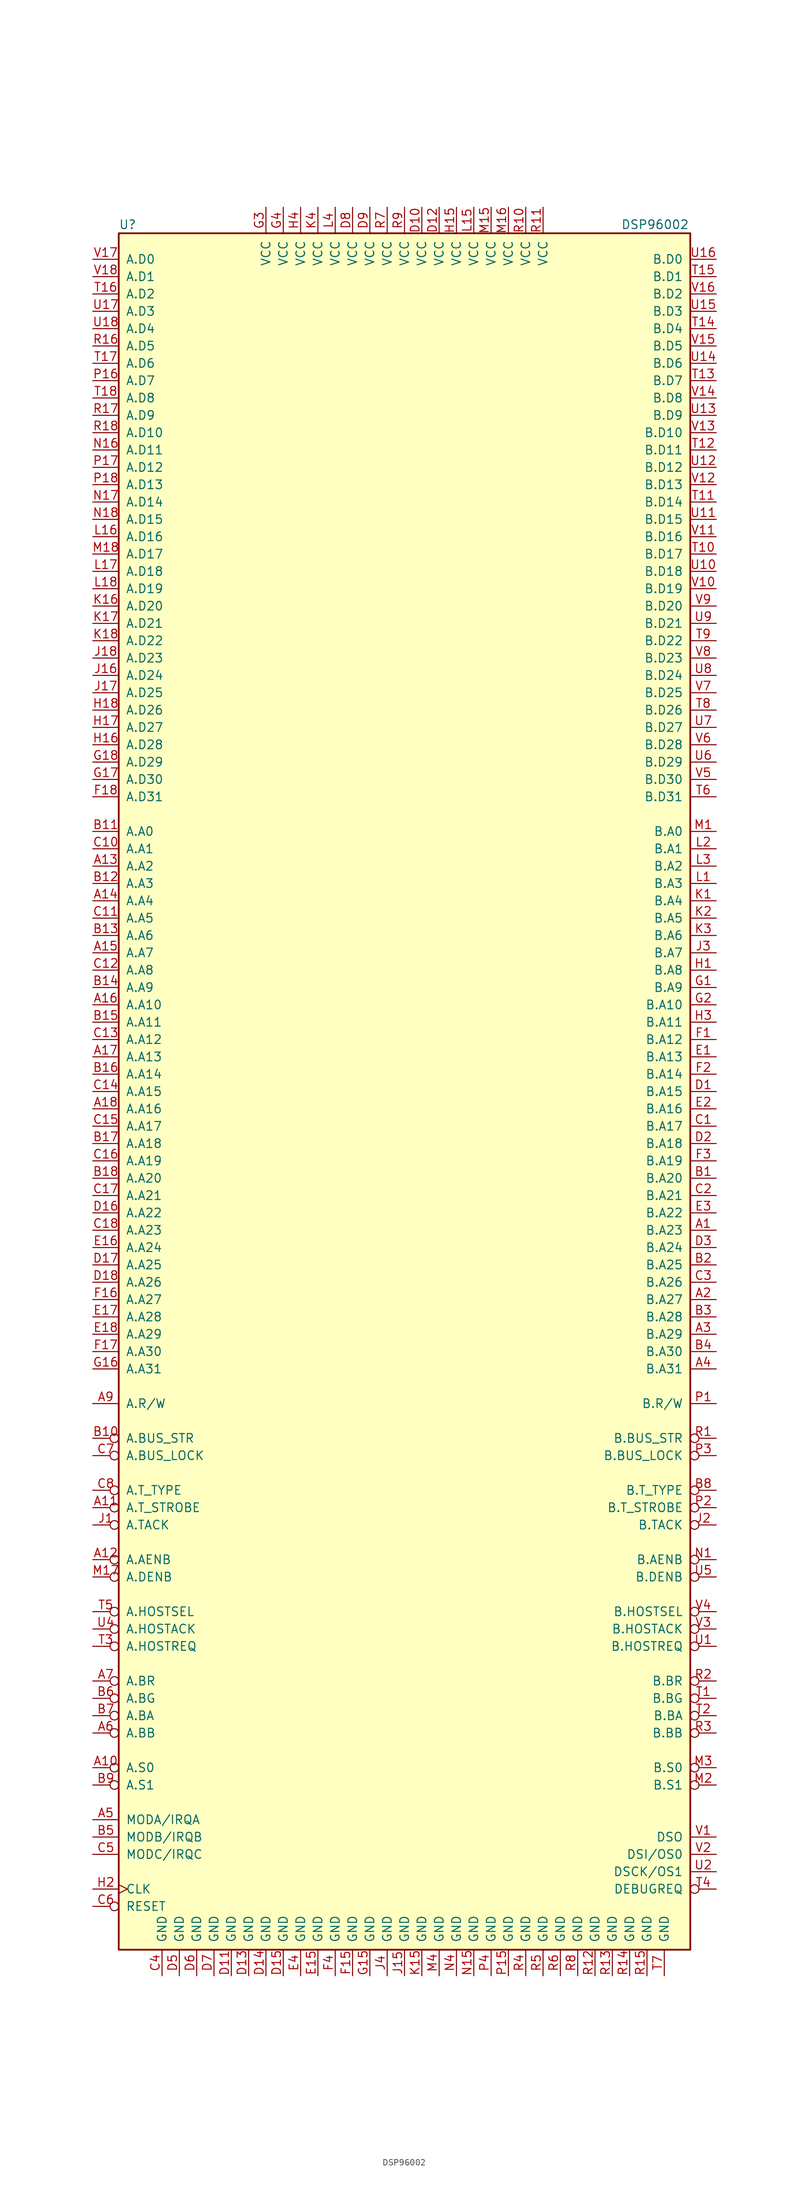
<source format=kicad_sym>
(kicad_symbol_lib
  (version 20201005)
  (generator kicad_symbol_editor)
  (symbol "DSP96002"
    (pin_names
      (offset 1.016))
    (property "Reference" "U"
      (at -41.91 127 0)
      (effects (font (size 1.27 1.27)) (justify left)))
    (property "Value" "DSP96002"
      (at 31.75 127 0)
      (effects (font (size 1.27 1.27)) (justify left)))
    (symbol "DSP96002_0_1"
      (rectangle (start -41.91 -125.73) (end 41.91 125.73) (stroke (width 0.254)) (fill (type background))))
    (symbol "DSP96002_1_1"
      (pin tri_state line (at 45.72 -20.32 180) (length 3.81) (name "B.A23" (effects (font (size 1.27 1.27)))) (number "A1" (effects (font (size 1.27 1.27)))))
      (pin tri_state inverted (at -45.72 -99.06 0) (length 3.81) (name "A.S0" (effects (font (size 1.27 1.27)))) (number "A10" (effects (font (size 1.27 1.27)))))
      (pin tri_state inverted (at -45.72 -60.96 0) (length 3.81) (name "A.T_STROBE" (effects (font (size 1.27 1.27)))) (number "A11" (effects (font (size 1.27 1.27)))))
      (pin input inverted (at -45.72 -68.58 0) (length 3.81) (name "A.AENB" (effects (font (size 1.27 1.27)))) (number "A12" (effects (font (size 1.27 1.27)))))
      (pin tri_state line (at -45.72 33.02 0) (length 3.81) (name "A.A2" (effects (font (size 1.27 1.27)))) (number "A13" (effects (font (size 1.27 1.27)))))
      (pin tri_state line (at -45.72 27.94 0) (length 3.81) (name "A.A4" (effects (font (size 1.27 1.27)))) (number "A14" (effects (font (size 1.27 1.27)))))
      (pin tri_state line (at -45.72 20.32 0) (length 3.81) (name "A.A7" (effects (font (size 1.27 1.27)))) (number "A15" (effects (font (size 1.27 1.27)))))
      (pin tri_state line (at -45.72 12.7 0) (length 3.81) (name "A.A10" (effects (font (size 1.27 1.27)))) (number "A16" (effects (font (size 1.27 1.27)))))
      (pin tri_state line (at -45.72 5.08 0) (length 3.81) (name "A.A13" (effects (font (size 1.27 1.27)))) (number "A17" (effects (font (size 1.27 1.27)))))
      (pin tri_state line (at -45.72 -2.54 0) (length 3.81) (name "A.A16" (effects (font (size 1.27 1.27)))) (number "A18" (effects (font (size 1.27 1.27)))))
      (pin tri_state line (at 45.72 -30.48 180) (length 3.81) (name "B.A27" (effects (font (size 1.27 1.27)))) (number "A2" (effects (font (size 1.27 1.27)))))
      (pin tri_state line (at 45.72 -35.56 180) (length 3.81) (name "B.A29" (effects (font (size 1.27 1.27)))) (number "A3" (effects (font (size 1.27 1.27)))))
      (pin tri_state line (at 45.72 -40.64 180) (length 3.81) (name "B.A31" (effects (font (size 1.27 1.27)))) (number "A4" (effects (font (size 1.27 1.27)))))
      (pin input line (at -45.72 -106.68 0) (length 3.81) (name "MODA/IRQA" (effects (font (size 1.27 1.27)))) (number "A5" (effects (font (size 1.27 1.27)))))
      (pin input inverted (at -45.72 -93.98 0) (length 3.81) (name "A.BB" (effects (font (size 1.27 1.27)))) (number "A6" (effects (font (size 1.27 1.27)))))
      (pin output inverted (at -45.72 -86.36 0) (length 3.81) (name "A.BR" (effects (font (size 1.27 1.27)))) (number "A7" (effects (font (size 1.27 1.27)))))
      (pin tri_state line (at -45.72 -45.72 0) (length 3.81) (name "A.R/W" (effects (font (size 1.27 1.27)))) (number "A9" (effects (font (size 1.27 1.27)))))
      (pin tri_state line (at 45.72 -12.7 180) (length 3.81) (name "B.A20" (effects (font (size 1.27 1.27)))) (number "B1" (effects (font (size 1.27 1.27)))))
      (pin output inverted (at -45.72 -50.8 0) (length 3.81) (name "A.BUS_STR" (effects (font (size 1.27 1.27)))) (number "B10" (effects (font (size 1.27 1.27)))))
      (pin tri_state line (at -45.72 38.1 0) (length 3.81) (name "A.A0" (effects (font (size 1.27 1.27)))) (number "B11" (effects (font (size 1.27 1.27)))))
      (pin tri_state line (at -45.72 30.48 0) (length 3.81) (name "A.A3" (effects (font (size 1.27 1.27)))) (number "B12" (effects (font (size 1.27 1.27)))))
      (pin tri_state line (at -45.72 22.86 0) (length 3.81) (name "A.A6" (effects (font (size 1.27 1.27)))) (number "B13" (effects (font (size 1.27 1.27)))))
      (pin tri_state line (at -45.72 15.24 0) (length 3.81) (name "A.A9" (effects (font (size 1.27 1.27)))) (number "B14" (effects (font (size 1.27 1.27)))))
      (pin tri_state line (at -45.72 10.16 0) (length 3.81) (name "A.A11" (effects (font (size 1.27 1.27)))) (number "B15" (effects (font (size 1.27 1.27)))))
      (pin tri_state line (at -45.72 2.54 0) (length 3.81) (name "A.A14" (effects (font (size 1.27 1.27)))) (number "B16" (effects (font (size 1.27 1.27)))))
      (pin tri_state line (at -45.72 -7.62 0) (length 3.81) (name "A.A18" (effects (font (size 1.27 1.27)))) (number "B17" (effects (font (size 1.27 1.27)))))
      (pin tri_state line (at -45.72 -12.7 0) (length 3.81) (name "A.A20" (effects (font (size 1.27 1.27)))) (number "B18" (effects (font (size 1.27 1.27)))))
      (pin tri_state line (at 45.72 -25.4 180) (length 3.81) (name "B.A25" (effects (font (size 1.27 1.27)))) (number "B2" (effects (font (size 1.27 1.27)))))
      (pin tri_state line (at 45.72 -33.02 180) (length 3.81) (name "B.A28" (effects (font (size 1.27 1.27)))) (number "B3" (effects (font (size 1.27 1.27)))))
      (pin tri_state line (at 45.72 -38.1 180) (length 3.81) (name "B.A30" (effects (font (size 1.27 1.27)))) (number "B4" (effects (font (size 1.27 1.27)))))
      (pin input line (at -45.72 -109.22 0) (length 3.81) (name "MODB/IRQB" (effects (font (size 1.27 1.27)))) (number "B5" (effects (font (size 1.27 1.27)))))
      (pin input inverted (at -45.72 -88.9 0) (length 3.81) (name "A.BG" (effects (font (size 1.27 1.27)))) (number "B6" (effects (font (size 1.27 1.27)))))
      (pin open_collector inverted (at -45.72 -91.44 0) (length 3.81) (name "A.BA" (effects (font (size 1.27 1.27)))) (number "B7" (effects (font (size 1.27 1.27)))))
      (pin output inverted (at 45.72 -58.42 180) (length 3.81) (name "B.T_TYPE" (effects (font (size 1.27 1.27)))) (number "B8" (effects (font (size 1.27 1.27)))))
      (pin tri_state inverted (at -45.72 -101.6 0) (length 3.81) (name "A.S1" (effects (font (size 1.27 1.27)))) (number "B9" (effects (font (size 1.27 1.27)))))
      (pin tri_state line (at 45.72 -5.08 180) (length 3.81) (name "B.A17" (effects (font (size 1.27 1.27)))) (number "C1" (effects (font (size 1.27 1.27)))))
      (pin tri_state line (at -45.72 35.56 0) (length 3.81) (name "A.A1" (effects (font (size 1.27 1.27)))) (number "C10" (effects (font (size 1.27 1.27)))))
      (pin tri_state line (at -45.72 25.4 0) (length 3.81) (name "A.A5" (effects (font (size 1.27 1.27)))) (number "C11" (effects (font (size 1.27 1.27)))))
      (pin tri_state line (at -45.72 17.78 0) (length 3.81) (name "A.A8" (effects (font (size 1.27 1.27)))) (number "C12" (effects (font (size 1.27 1.27)))))
      (pin tri_state line (at -45.72 7.62 0) (length 3.81) (name "A.A12" (effects (font (size 1.27 1.27)))) (number "C13" (effects (font (size 1.27 1.27)))))
      (pin tri_state line (at -45.72 0 0) (length 3.81) (name "A.A15" (effects (font (size 1.27 1.27)))) (number "C14" (effects (font (size 1.27 1.27)))))
      (pin tri_state line (at -45.72 -5.08 0) (length 3.81) (name "A.A17" (effects (font (size 1.27 1.27)))) (number "C15" (effects (font (size 1.27 1.27)))))
      (pin tri_state line (at -45.72 -10.16 0) (length 3.81) (name "A.A19" (effects (font (size 1.27 1.27)))) (number "C16" (effects (font (size 1.27 1.27)))))
      (pin tri_state line (at -45.72 -15.24 0) (length 3.81) (name "A.A21" (effects (font (size 1.27 1.27)))) (number "C17" (effects (font (size 1.27 1.27)))))
      (pin tri_state line (at -45.72 -20.32 0) (length 3.81) (name "A.A23" (effects (font (size 1.27 1.27)))) (number "C18" (effects (font (size 1.27 1.27)))))
      (pin tri_state line (at 45.72 -15.24 180) (length 3.81) (name "B.A21" (effects (font (size 1.27 1.27)))) (number "C2" (effects (font (size 1.27 1.27)))))
      (pin tri_state line (at 45.72 -27.94 180) (length 3.81) (name "B.A26" (effects (font (size 1.27 1.27)))) (number "C3" (effects (font (size 1.27 1.27)))))
      (pin power_in line (at -35.56 -129.54 90) (length 3.81) (name "GND" (effects (font (size 1.27 1.27)))) (number "C4" (effects (font (size 1.27 1.27)))))
      (pin input line (at -45.72 -111.76 0) (length 3.81) (name "MODC/IRQC" (effects (font (size 1.27 1.27)))) (number "C5" (effects (font (size 1.27 1.27)))))
      (pin input inverted (at -45.72 -119.38 0) (length 3.81) (name "RESET" (effects (font (size 1.27 1.27)))) (number "C6" (effects (font (size 1.27 1.27)))))
      (pin output inverted (at -45.72 -53.34 0) (length 3.81) (name "A.BUS_LOCK" (effects (font (size 1.27 1.27)))) (number "C7" (effects (font (size 1.27 1.27)))))
      (pin output inverted (at -45.72 -58.42 0) (length 3.81) (name "A.T_TYPE" (effects (font (size 1.27 1.27)))) (number "C8" (effects (font (size 1.27 1.27)))))
      (pin tri_state line (at 45.72 0 180) (length 3.81) (name "B.A15" (effects (font (size 1.27 1.27)))) (number "D1" (effects (font (size 1.27 1.27)))))
      (pin power_in line (at 2.54 129.54 270) (length 3.81) (name "VCC" (effects (font (size 1.27 1.27)))) (number "D10" (effects (font (size 1.27 1.27)))))
      (pin power_in line (at -25.4 -129.54 90) (length 3.81) (name "GND" (effects (font (size 1.27 1.27)))) (number "D11" (effects (font (size 1.27 1.27)))))
      (pin power_in line (at 5.08 129.54 270) (length 3.81) (name "VCC" (effects (font (size 1.27 1.27)))) (number "D12" (effects (font (size 1.27 1.27)))))
      (pin power_in line (at -22.86 -129.54 90) (length 3.81) (name "GND" (effects (font (size 1.27 1.27)))) (number "D13" (effects (font (size 1.27 1.27)))))
      (pin power_in line (at -20.32 -129.54 90) (length 3.81) (name "GND" (effects (font (size 1.27 1.27)))) (number "D14" (effects (font (size 1.27 1.27)))))
      (pin power_in line (at -17.78 -129.54 90) (length 3.81) (name "GND" (effects (font (size 1.27 1.27)))) (number "D15" (effects (font (size 1.27 1.27)))))
      (pin tri_state line (at -45.72 -17.78 0) (length 3.81) (name "A.A22" (effects (font (size 1.27 1.27)))) (number "D16" (effects (font (size 1.27 1.27)))))
      (pin tri_state line (at -45.72 -25.4 0) (length 3.81) (name "A.A25" (effects (font (size 1.27 1.27)))) (number "D17" (effects (font (size 1.27 1.27)))))
      (pin tri_state line (at -45.72 -27.94 0) (length 3.81) (name "A.A26" (effects (font (size 1.27 1.27)))) (number "D18" (effects (font (size 1.27 1.27)))))
      (pin tri_state line (at 45.72 -7.62 180) (length 3.81) (name "B.A18" (effects (font (size 1.27 1.27)))) (number "D2" (effects (font (size 1.27 1.27)))))
      (pin tri_state line (at 45.72 -22.86 180) (length 3.81) (name "B.A24" (effects (font (size 1.27 1.27)))) (number "D3" (effects (font (size 1.27 1.27)))))
      (pin power_in line (at -33.02 -129.54 90) (length 3.81) (name "GND" (effects (font (size 1.27 1.27)))) (number "D5" (effects (font (size 1.27 1.27)))))
      (pin power_in line (at -30.48 -129.54 90) (length 3.81) (name "GND" (effects (font (size 1.27 1.27)))) (number "D6" (effects (font (size 1.27 1.27)))))
      (pin power_in line (at -27.94 -129.54 90) (length 3.81) (name "GND" (effects (font (size 1.27 1.27)))) (number "D7" (effects (font (size 1.27 1.27)))))
      (pin power_in line (at -7.62 129.54 270) (length 3.81) (name "VCC" (effects (font (size 1.27 1.27)))) (number "D8" (effects (font (size 1.27 1.27)))))
      (pin power_in line (at -5.08 129.54 270) (length 3.81) (name "VCC" (effects (font (size 1.27 1.27)))) (number "D9" (effects (font (size 1.27 1.27)))))
      (pin tri_state line (at 45.72 5.08 180) (length 3.81) (name "B.A13" (effects (font (size 1.27 1.27)))) (number "E1" (effects (font (size 1.27 1.27)))))
      (pin power_in line (at -12.7 -129.54 90) (length 3.81) (name "GND" (effects (font (size 1.27 1.27)))) (number "E15" (effects (font (size 1.27 1.27)))))
      (pin tri_state line (at -45.72 -22.86 0) (length 3.81) (name "A.A24" (effects (font (size 1.27 1.27)))) (number "E16" (effects (font (size 1.27 1.27)))))
      (pin tri_state line (at -45.72 -33.02 0) (length 3.81) (name "A.A28" (effects (font (size 1.27 1.27)))) (number "E17" (effects (font (size 1.27 1.27)))))
      (pin tri_state line (at -45.72 -35.56 0) (length 3.81) (name "A.A29" (effects (font (size 1.27 1.27)))) (number "E18" (effects (font (size 1.27 1.27)))))
      (pin tri_state line (at 45.72 -2.54 180) (length 3.81) (name "B.A16" (effects (font (size 1.27 1.27)))) (number "E2" (effects (font (size 1.27 1.27)))))
      (pin tri_state line (at 45.72 -17.78 180) (length 3.81) (name "B.A22" (effects (font (size 1.27 1.27)))) (number "E3" (effects (font (size 1.27 1.27)))))
      (pin power_in line (at -15.24 -129.54 90) (length 3.81) (name "GND" (effects (font (size 1.27 1.27)))) (number "E4" (effects (font (size 1.27 1.27)))))
      (pin tri_state line (at 45.72 7.62 180) (length 3.81) (name "B.A12" (effects (font (size 1.27 1.27)))) (number "F1" (effects (font (size 1.27 1.27)))))
      (pin power_in line (at -7.62 -129.54 90) (length 3.81) (name "GND" (effects (font (size 1.27 1.27)))) (number "F15" (effects (font (size 1.27 1.27)))))
      (pin tri_state line (at -45.72 -30.48 0) (length 3.81) (name "A.A27" (effects (font (size 1.27 1.27)))) (number "F16" (effects (font (size 1.27 1.27)))))
      (pin tri_state line (at -45.72 -38.1 0) (length 3.81) (name "A.A30" (effects (font (size 1.27 1.27)))) (number "F17" (effects (font (size 1.27 1.27)))))
      (pin tri_state line (at -45.72 43.18 0) (length 3.81) (name "A.D31" (effects (font (size 1.27 1.27)))) (number "F18" (effects (font (size 1.27 1.27)))))
      (pin tri_state line (at 45.72 2.54 180) (length 3.81) (name "B.A14" (effects (font (size 1.27 1.27)))) (number "F2" (effects (font (size 1.27 1.27)))))
      (pin tri_state line (at 45.72 -10.16 180) (length 3.81) (name "B.A19" (effects (font (size 1.27 1.27)))) (number "F3" (effects (font (size 1.27 1.27)))))
      (pin power_in line (at -10.16 -129.54 90) (length 3.81) (name "GND" (effects (font (size 1.27 1.27)))) (number "F4" (effects (font (size 1.27 1.27)))))
      (pin tri_state line (at 45.72 15.24 180) (length 3.81) (name "B.A9" (effects (font (size 1.27 1.27)))) (number "G1" (effects (font (size 1.27 1.27)))))
      (pin power_in line (at -5.08 -129.54 90) (length 3.81) (name "GND" (effects (font (size 1.27 1.27)))) (number "G15" (effects (font (size 1.27 1.27)))))
      (pin tri_state line (at -45.72 -40.64 0) (length 3.81) (name "A.A31" (effects (font (size 1.27 1.27)))) (number "G16" (effects (font (size 1.27 1.27)))))
      (pin tri_state line (at -45.72 45.72 0) (length 3.81) (name "A.D30" (effects (font (size 1.27 1.27)))) (number "G17" (effects (font (size 1.27 1.27)))))
      (pin tri_state line (at -45.72 48.26 0) (length 3.81) (name "A.D29" (effects (font (size 1.27 1.27)))) (number "G18" (effects (font (size 1.27 1.27)))))
      (pin tri_state line (at 45.72 12.7 180) (length 3.81) (name "B.A10" (effects (font (size 1.27 1.27)))) (number "G2" (effects (font (size 1.27 1.27)))))
      (pin power_in line (at -20.32 129.54 270) (length 3.81) (name "VCC" (effects (font (size 1.27 1.27)))) (number "G3" (effects (font (size 1.27 1.27)))))
      (pin power_in line (at -17.78 129.54 270) (length 3.81) (name "VCC" (effects (font (size 1.27 1.27)))) (number "G4" (effects (font (size 1.27 1.27)))))
      (pin tri_state line (at 45.72 17.78 180) (length 3.81) (name "B.A8" (effects (font (size 1.27 1.27)))) (number "H1" (effects (font (size 1.27 1.27)))))
      (pin power_in line (at 7.62 129.54 270) (length 3.81) (name "VCC" (effects (font (size 1.27 1.27)))) (number "H15" (effects (font (size 1.27 1.27)))))
      (pin tri_state line (at -45.72 50.8 0) (length 3.81) (name "A.D28" (effects (font (size 1.27 1.27)))) (number "H16" (effects (font (size 1.27 1.27)))))
      (pin tri_state line (at -45.72 53.34 0) (length 3.81) (name "A.D27" (effects (font (size 1.27 1.27)))) (number "H17" (effects (font (size 1.27 1.27)))))
      (pin tri_state line (at -45.72 55.88 0) (length 3.81) (name "A.D26" (effects (font (size 1.27 1.27)))) (number "H18" (effects (font (size 1.27 1.27)))))
      (pin input clock (at -45.72 -116.84 0) (length 3.81) (name "CLK" (effects (font (size 1.27 1.27)))) (number "H2" (effects (font (size 1.27 1.27)))))
      (pin tri_state line (at 45.72 10.16 180) (length 3.81) (name "B.A11" (effects (font (size 1.27 1.27)))) (number "H3" (effects (font (size 1.27 1.27)))))
      (pin power_in line (at -15.24 129.54 270) (length 3.81) (name "VCC" (effects (font (size 1.27 1.27)))) (number "H4" (effects (font (size 1.27 1.27)))))
      (pin input inverted (at -45.72 -63.5 0) (length 3.81) (name "A.TACK" (effects (font (size 1.27 1.27)))) (number "J1" (effects (font (size 1.27 1.27)))))
      (pin power_in line (at 0 -129.54 90) (length 3.81) (name "GND" (effects (font (size 1.27 1.27)))) (number "J15" (effects (font (size 1.27 1.27)))))
      (pin tri_state line (at -45.72 60.96 0) (length 3.81) (name "A.D24" (effects (font (size 1.27 1.27)))) (number "J16" (effects (font (size 1.27 1.27)))))
      (pin tri_state line (at -45.72 58.42 0) (length 3.81) (name "A.D25" (effects (font (size 1.27 1.27)))) (number "J17" (effects (font (size 1.27 1.27)))))
      (pin tri_state line (at -45.72 63.5 0) (length 3.81) (name "A.D23" (effects (font (size 1.27 1.27)))) (number "J18" (effects (font (size 1.27 1.27)))))
      (pin input inverted (at 45.72 -63.5 180) (length 3.81) (name "B.TACK" (effects (font (size 1.27 1.27)))) (number "J2" (effects (font (size 1.27 1.27)))))
      (pin tri_state line (at 45.72 20.32 180) (length 3.81) (name "B.A7" (effects (font (size 1.27 1.27)))) (number "J3" (effects (font (size 1.27 1.27)))))
      (pin power_in line (at -2.54 -129.54 90) (length 3.81) (name "GND" (effects (font (size 1.27 1.27)))) (number "J4" (effects (font (size 1.27 1.27)))))
      (pin tri_state line (at 45.72 27.94 180) (length 3.81) (name "B.A4" (effects (font (size 1.27 1.27)))) (number "K1" (effects (font (size 1.27 1.27)))))
      (pin power_in line (at 2.54 -129.54 90) (length 3.81) (name "GND" (effects (font (size 1.27 1.27)))) (number "K15" (effects (font (size 1.27 1.27)))))
      (pin tri_state line (at -45.72 71.12 0) (length 3.81) (name "A.D20" (effects (font (size 1.27 1.27)))) (number "K16" (effects (font (size 1.27 1.27)))))
      (pin tri_state line (at -45.72 68.58 0) (length 3.81) (name "A.D21" (effects (font (size 1.27 1.27)))) (number "K17" (effects (font (size 1.27 1.27)))))
      (pin tri_state line (at -45.72 66.04 0) (length 3.81) (name "A.D22" (effects (font (size 1.27 1.27)))) (number "K18" (effects (font (size 1.27 1.27)))))
      (pin tri_state line (at 45.72 25.4 180) (length 3.81) (name "B.A5" (effects (font (size 1.27 1.27)))) (number "K2" (effects (font (size 1.27 1.27)))))
      (pin tri_state line (at 45.72 22.86 180) (length 3.81) (name "B.A6" (effects (font (size 1.27 1.27)))) (number "K3" (effects (font (size 1.27 1.27)))))
      (pin power_in line (at -12.7 129.54 270) (length 3.81) (name "VCC" (effects (font (size 1.27 1.27)))) (number "K4" (effects (font (size 1.27 1.27)))))
      (pin tri_state line (at 45.72 30.48 180) (length 3.81) (name "B.A3" (effects (font (size 1.27 1.27)))) (number "L1" (effects (font (size 1.27 1.27)))))
      (pin power_in line (at 10.16 129.54 270) (length 3.81) (name "VCC" (effects (font (size 1.27 1.27)))) (number "L15" (effects (font (size 1.27 1.27)))))
      (pin tri_state line (at -45.72 81.28 0) (length 3.81) (name "A.D16" (effects (font (size 1.27 1.27)))) (number "L16" (effects (font (size 1.27 1.27)))))
      (pin tri_state line (at -45.72 76.2 0) (length 3.81) (name "A.D18" (effects (font (size 1.27 1.27)))) (number "L17" (effects (font (size 1.27 1.27)))))
      (pin tri_state line (at -45.72 73.66 0) (length 3.81) (name "A.D19" (effects (font (size 1.27 1.27)))) (number "L18" (effects (font (size 1.27 1.27)))))
      (pin tri_state line (at 45.72 35.56 180) (length 3.81) (name "B.A1" (effects (font (size 1.27 1.27)))) (number "L2" (effects (font (size 1.27 1.27)))))
      (pin tri_state line (at 45.72 33.02 180) (length 3.81) (name "B.A2" (effects (font (size 1.27 1.27)))) (number "L3" (effects (font (size 1.27 1.27)))))
      (pin power_in line (at -10.16 129.54 270) (length 3.81) (name "VCC" (effects (font (size 1.27 1.27)))) (number "L4" (effects (font (size 1.27 1.27)))))
      (pin tri_state line (at 45.72 38.1 180) (length 3.81) (name "B.A0" (effects (font (size 1.27 1.27)))) (number "M1" (effects (font (size 1.27 1.27)))))
      (pin power_in line (at 12.7 129.54 270) (length 3.81) (name "VCC" (effects (font (size 1.27 1.27)))) (number "M15" (effects (font (size 1.27 1.27)))))
      (pin power_in line (at 15.24 129.54 270) (length 3.81) (name "VCC" (effects (font (size 1.27 1.27)))) (number "M16" (effects (font (size 1.27 1.27)))))
      (pin input inverted (at -45.72 -71.12 0) (length 3.81) (name "A.DENB" (effects (font (size 1.27 1.27)))) (number "M17" (effects (font (size 1.27 1.27)))))
      (pin tri_state line (at -45.72 78.74 0) (length 3.81) (name "A.D17" (effects (font (size 1.27 1.27)))) (number "M18" (effects (font (size 1.27 1.27)))))
      (pin tri_state inverted (at 45.72 -101.6 180) (length 3.81) (name "B.S1" (effects (font (size 1.27 1.27)))) (number "M2" (effects (font (size 1.27 1.27)))))
      (pin tri_state inverted (at 45.72 -99.06 180) (length 3.81) (name "B.S0" (effects (font (size 1.27 1.27)))) (number "M3" (effects (font (size 1.27 1.27)))))
      (pin power_in line (at 5.08 -129.54 90) (length 3.81) (name "GND" (effects (font (size 1.27 1.27)))) (number "M4" (effects (font (size 1.27 1.27)))))
      (pin input inverted (at 45.72 -68.58 180) (length 3.81) (name "B.AENB" (effects (font (size 1.27 1.27)))) (number "N1" (effects (font (size 1.27 1.27)))))
      (pin power_in line (at 10.16 -129.54 90) (length 3.81) (name "GND" (effects (font (size 1.27 1.27)))) (number "N15" (effects (font (size 1.27 1.27)))))
      (pin tri_state line (at -45.72 93.98 0) (length 3.81) (name "A.D11" (effects (font (size 1.27 1.27)))) (number "N16" (effects (font (size 1.27 1.27)))))
      (pin tri_state line (at -45.72 86.36 0) (length 3.81) (name "A.D14" (effects (font (size 1.27 1.27)))) (number "N17" (effects (font (size 1.27 1.27)))))
      (pin tri_state line (at -45.72 83.82 0) (length 3.81) (name "A.D15" (effects (font (size 1.27 1.27)))) (number "N18" (effects (font (size 1.27 1.27)))))
      (pin power_in line (at 7.62 -129.54 90) (length 3.81) (name "GND" (effects (font (size 1.27 1.27)))) (number "N4" (effects (font (size 1.27 1.27)))))
      (pin tri_state line (at 45.72 -45.72 180) (length 3.81) (name "B.R/W" (effects (font (size 1.27 1.27)))) (number "P1" (effects (font (size 1.27 1.27)))))
      (pin power_in line (at 15.24 -129.54 90) (length 3.81) (name "GND" (effects (font (size 1.27 1.27)))) (number "P15" (effects (font (size 1.27 1.27)))))
      (pin tri_state line (at -45.72 104.14 0) (length 3.81) (name "A.D7" (effects (font (size 1.27 1.27)))) (number "P16" (effects (font (size 1.27 1.27)))))
      (pin tri_state line (at -45.72 91.44 0) (length 3.81) (name "A.D12" (effects (font (size 1.27 1.27)))) (number "P17" (effects (font (size 1.27 1.27)))))
      (pin tri_state line (at -45.72 88.9 0) (length 3.81) (name "A.D13" (effects (font (size 1.27 1.27)))) (number "P18" (effects (font (size 1.27 1.27)))))
      (pin tri_state inverted (at 45.72 -60.96 180) (length 3.81) (name "B.T_STROBE" (effects (font (size 1.27 1.27)))) (number "P2" (effects (font (size 1.27 1.27)))))
      (pin output inverted (at 45.72 -53.34 180) (length 3.81) (name "B.BUS_LOCK" (effects (font (size 1.27 1.27)))) (number "P3" (effects (font (size 1.27 1.27)))))
      (pin power_in line (at 12.7 -129.54 90) (length 3.81) (name "GND" (effects (font (size 1.27 1.27)))) (number "P4" (effects (font (size 1.27 1.27)))))
      (pin output inverted (at 45.72 -50.8 180) (length 3.81) (name "B.BUS_STR" (effects (font (size 1.27 1.27)))) (number "R1" (effects (font (size 1.27 1.27)))))
      (pin power_in line (at 17.78 129.54 270) (length 3.81) (name "VCC" (effects (font (size 1.27 1.27)))) (number "R10" (effects (font (size 1.27 1.27)))))
      (pin power_in line (at 20.32 129.54 270) (length 3.81) (name "VCC" (effects (font (size 1.27 1.27)))) (number "R11" (effects (font (size 1.27 1.27)))))
      (pin power_in line (at 27.94 -129.54 90) (length 3.81) (name "GND" (effects (font (size 1.27 1.27)))) (number "R12" (effects (font (size 1.27 1.27)))))
      (pin power_in line (at 30.48 -129.54 90) (length 3.81) (name "GND" (effects (font (size 1.27 1.27)))) (number "R13" (effects (font (size 1.27 1.27)))))
      (pin power_in line (at 33.02 -129.54 90) (length 3.81) (name "GND" (effects (font (size 1.27 1.27)))) (number "R14" (effects (font (size 1.27 1.27)))))
      (pin power_in line (at 35.56 -129.54 90) (length 3.81) (name "GND" (effects (font (size 1.27 1.27)))) (number "R15" (effects (font (size 1.27 1.27)))))
      (pin tri_state line (at -45.72 109.22 0) (length 3.81) (name "A.D5" (effects (font (size 1.27 1.27)))) (number "R16" (effects (font (size 1.27 1.27)))))
      (pin tri_state line (at -45.72 99.06 0) (length 3.81) (name "A.D9" (effects (font (size 1.27 1.27)))) (number "R17" (effects (font (size 1.27 1.27)))))
      (pin tri_state line (at -45.72 96.52 0) (length 3.81) (name "A.D10" (effects (font (size 1.27 1.27)))) (number "R18" (effects (font (size 1.27 1.27)))))
      (pin output inverted (at 45.72 -86.36 180) (length 3.81) (name "B.BR" (effects (font (size 1.27 1.27)))) (number "R2" (effects (font (size 1.27 1.27)))))
      (pin input inverted (at 45.72 -93.98 180) (length 3.81) (name "B.BB" (effects (font (size 1.27 1.27)))) (number "R3" (effects (font (size 1.27 1.27)))))
      (pin power_in line (at 17.78 -129.54 90) (length 3.81) (name "GND" (effects (font (size 1.27 1.27)))) (number "R4" (effects (font (size 1.27 1.27)))))
      (pin power_in line (at 20.32 -129.54 90) (length 3.81) (name "GND" (effects (font (size 1.27 1.27)))) (number "R5" (effects (font (size 1.27 1.27)))))
      (pin power_in line (at 22.86 -129.54 90) (length 3.81) (name "GND" (effects (font (size 1.27 1.27)))) (number "R6" (effects (font (size 1.27 1.27)))))
      (pin power_in line (at -2.54 129.54 270) (length 3.81) (name "VCC" (effects (font (size 1.27 1.27)))) (number "R7" (effects (font (size 1.27 1.27)))))
      (pin power_in line (at 25.4 -129.54 90) (length 3.81) (name "GND" (effects (font (size 1.27 1.27)))) (number "R8" (effects (font (size 1.27 1.27)))))
      (pin power_in line (at 0 129.54 270) (length 3.81) (name "VCC" (effects (font (size 1.27 1.27)))) (number "R9" (effects (font (size 1.27 1.27)))))
      (pin input inverted (at 45.72 -88.9 180) (length 3.81) (name "B.BG" (effects (font (size 1.27 1.27)))) (number "T1" (effects (font (size 1.27 1.27)))))
      (pin tri_state line (at 45.72 78.74 180) (length 3.81) (name "B.D17" (effects (font (size 1.27 1.27)))) (number "T10" (effects (font (size 1.27 1.27)))))
      (pin tri_state line (at 45.72 86.36 180) (length 3.81) (name "B.D14" (effects (font (size 1.27 1.27)))) (number "T11" (effects (font (size 1.27 1.27)))))
      (pin tri_state line (at 45.72 93.98 180) (length 3.81) (name "B.D11" (effects (font (size 1.27 1.27)))) (number "T12" (effects (font (size 1.27 1.27)))))
      (pin tri_state line (at 45.72 104.14 180) (length 3.81) (name "B.D7" (effects (font (size 1.27 1.27)))) (number "T13" (effects (font (size 1.27 1.27)))))
      (pin tri_state line (at 45.72 111.76 180) (length 3.81) (name "B.D4" (effects (font (size 1.27 1.27)))) (number "T14" (effects (font (size 1.27 1.27)))))
      (pin tri_state line (at 45.72 119.38 180) (length 3.81) (name "B.D1" (effects (font (size 1.27 1.27)))) (number "T15" (effects (font (size 1.27 1.27)))))
      (pin tri_state line (at -45.72 116.84 0) (length 3.81) (name "A.D2" (effects (font (size 1.27 1.27)))) (number "T16" (effects (font (size 1.27 1.27)))))
      (pin tri_state line (at -45.72 106.68 0) (length 3.81) (name "A.D6" (effects (font (size 1.27 1.27)))) (number "T17" (effects (font (size 1.27 1.27)))))
      (pin tri_state line (at -45.72 101.6 0) (length 3.81) (name "A.D8" (effects (font (size 1.27 1.27)))) (number "T18" (effects (font (size 1.27 1.27)))))
      (pin open_collector inverted (at 45.72 -91.44 180) (length 3.81) (name "B.BA" (effects (font (size 1.27 1.27)))) (number "T2" (effects (font (size 1.27 1.27)))))
      (pin output inverted (at -45.72 -81.28 0) (length 3.81) (name "A.HOSTREQ" (effects (font (size 1.27 1.27)))) (number "T3" (effects (font (size 1.27 1.27)))))
      (pin input inverted (at 45.72 -116.84 180) (length 3.81) (name "DEBUGREQ" (effects (font (size 1.27 1.27)))) (number "T4" (effects (font (size 1.27 1.27)))))
      (pin input inverted (at -45.72 -76.2 0) (length 3.81) (name "A.HOSTSEL" (effects (font (size 1.27 1.27)))) (number "T5" (effects (font (size 1.27 1.27)))))
      (pin tri_state line (at 45.72 43.18 180) (length 3.81) (name "B.D31" (effects (font (size 1.27 1.27)))) (number "T6" (effects (font (size 1.27 1.27)))))
      (pin power_in line (at 38.1 -129.54 90) (length 3.81) (name "GND" (effects (font (size 1.27 1.27)))) (number "T7" (effects (font (size 1.27 1.27)))))
      (pin tri_state line (at 45.72 55.88 180) (length 3.81) (name "B.D26" (effects (font (size 1.27 1.27)))) (number "T8" (effects (font (size 1.27 1.27)))))
      (pin tri_state line (at 45.72 66.04 180) (length 3.81) (name "B.D22" (effects (font (size 1.27 1.27)))) (number "T9" (effects (font (size 1.27 1.27)))))
      (pin output inverted (at 45.72 -81.28 180) (length 3.81) (name "B.HOSTREQ" (effects (font (size 1.27 1.27)))) (number "U1" (effects (font (size 1.27 1.27)))))
      (pin tri_state line (at 45.72 76.2 180) (length 3.81) (name "B.D18" (effects (font (size 1.27 1.27)))) (number "U10" (effects (font (size 1.27 1.27)))))
      (pin tri_state line (at 45.72 83.82 180) (length 3.81) (name "B.D15" (effects (font (size 1.27 1.27)))) (number "U11" (effects (font (size 1.27 1.27)))))
      (pin tri_state line (at 45.72 91.44 180) (length 3.81) (name "B.D12" (effects (font (size 1.27 1.27)))) (number "U12" (effects (font (size 1.27 1.27)))))
      (pin tri_state line (at 45.72 99.06 180) (length 3.81) (name "B.D9" (effects (font (size 1.27 1.27)))) (number "U13" (effects (font (size 1.27 1.27)))))
      (pin tri_state line (at 45.72 106.68 180) (length 3.81) (name "B.D6" (effects (font (size 1.27 1.27)))) (number "U14" (effects (font (size 1.27 1.27)))))
      (pin tri_state line (at 45.72 114.3 180) (length 3.81) (name "B.D3" (effects (font (size 1.27 1.27)))) (number "U15" (effects (font (size 1.27 1.27)))))
      (pin tri_state line (at 45.72 121.92 180) (length 3.81) (name "B.D0" (effects (font (size 1.27 1.27)))) (number "U16" (effects (font (size 1.27 1.27)))))
      (pin tri_state line (at -45.72 114.3 0) (length 3.81) (name "A.D3" (effects (font (size 1.27 1.27)))) (number "U17" (effects (font (size 1.27 1.27)))))
      (pin tri_state line (at -45.72 111.76 0) (length 3.81) (name "A.D4" (effects (font (size 1.27 1.27)))) (number "U18" (effects (font (size 1.27 1.27)))))
      (pin bidirectional line (at 45.72 -114.3 180) (length 3.81) (name "DSCK/OS1" (effects (font (size 1.27 1.27)))) (number "U2" (effects (font (size 1.27 1.27)))))
      (pin input inverted (at -45.72 -78.74 0) (length 3.81) (name "A.HOSTACK" (effects (font (size 1.27 1.27)))) (number "U4" (effects (font (size 1.27 1.27)))))
      (pin input inverted (at 45.72 -71.12 180) (length 3.81) (name "B.DENB" (effects (font (size 1.27 1.27)))) (number "U5" (effects (font (size 1.27 1.27)))))
      (pin tri_state line (at 45.72 48.26 180) (length 3.81) (name "B.D29" (effects (font (size 1.27 1.27)))) (number "U6" (effects (font (size 1.27 1.27)))))
      (pin tri_state line (at 45.72 53.34 180) (length 3.81) (name "B.D27" (effects (font (size 1.27 1.27)))) (number "U7" (effects (font (size 1.27 1.27)))))
      (pin tri_state line (at 45.72 60.96 180) (length 3.81) (name "B.D24" (effects (font (size 1.27 1.27)))) (number "U8" (effects (font (size 1.27 1.27)))))
      (pin tri_state line (at 45.72 68.58 180) (length 3.81) (name "B.D21" (effects (font (size 1.27 1.27)))) (number "U9" (effects (font (size 1.27 1.27)))))
      (pin output line (at 45.72 -109.22 180) (length 3.81) (name "DSO" (effects (font (size 1.27 1.27)))) (number "V1" (effects (font (size 1.27 1.27)))))
      (pin tri_state line (at 45.72 73.66 180) (length 3.81) (name "B.D19" (effects (font (size 1.27 1.27)))) (number "V10" (effects (font (size 1.27 1.27)))))
      (pin tri_state line (at 45.72 81.28 180) (length 3.81) (name "B.D16" (effects (font (size 1.27 1.27)))) (number "V11" (effects (font (size 1.27 1.27)))))
      (pin tri_state line (at 45.72 88.9 180) (length 3.81) (name "B.D13" (effects (font (size 1.27 1.27)))) (number "V12" (effects (font (size 1.27 1.27)))))
      (pin tri_state line (at 45.72 96.52 180) (length 3.81) (name "B.D10" (effects (font (size 1.27 1.27)))) (number "V13" (effects (font (size 1.27 1.27)))))
      (pin tri_state line (at 45.72 101.6 180) (length 3.81) (name "B.D8" (effects (font (size 1.27 1.27)))) (number "V14" (effects (font (size 1.27 1.27)))))
      (pin tri_state line (at 45.72 109.22 180) (length 3.81) (name "B.D5" (effects (font (size 1.27 1.27)))) (number "V15" (effects (font (size 1.27 1.27)))))
      (pin tri_state line (at 45.72 116.84 180) (length 3.81) (name "B.D2" (effects (font (size 1.27 1.27)))) (number "V16" (effects (font (size 1.27 1.27)))))
      (pin tri_state line (at -45.72 121.92 0) (length 3.81) (name "A.D0" (effects (font (size 1.27 1.27)))) (number "V17" (effects (font (size 1.27 1.27)))))
      (pin tri_state line (at -45.72 119.38 0) (length 3.81) (name "A.D1" (effects (font (size 1.27 1.27)))) (number "V18" (effects (font (size 1.27 1.27)))))
      (pin bidirectional line (at 45.72 -111.76 180) (length 3.81) (name "DSI/OS0" (effects (font (size 1.27 1.27)))) (number "V2" (effects (font (size 1.27 1.27)))))
      (pin input inverted (at 45.72 -78.74 180) (length 3.81) (name "B.HOSTACK" (effects (font (size 1.27 1.27)))) (number "V3" (effects (font (size 1.27 1.27)))))
      (pin input inverted (at 45.72 -76.2 180) (length 3.81) (name "B.HOSTSEL" (effects (font (size 1.27 1.27)))) (number "V4" (effects (font (size 1.27 1.27)))))
      (pin tri_state line (at 45.72 45.72 180) (length 3.81) (name "B.D30" (effects (font (size 1.27 1.27)))) (number "V5" (effects (font (size 1.27 1.27)))))
      (pin tri_state line (at 45.72 50.8 180) (length 3.81) (name "B.D28" (effects (font (size 1.27 1.27)))) (number "V6" (effects (font (size 1.27 1.27)))))
      (pin tri_state line (at 45.72 58.42 180) (length 3.81) (name "B.D25" (effects (font (size 1.27 1.27)))) (number "V7" (effects (font (size 1.27 1.27)))))
      (pin tri_state line (at 45.72 63.5 180) (length 3.81) (name "B.D23" (effects (font (size 1.27 1.27)))) (number "V8" (effects (font (size 1.27 1.27)))))
      (pin tri_state line (at 45.72 71.12 180) (length 3.81) (name "B.D20" (effects (font (size 1.27 1.27)))) (number "V9" (effects (font (size 1.27 1.27))))))))
</source>
